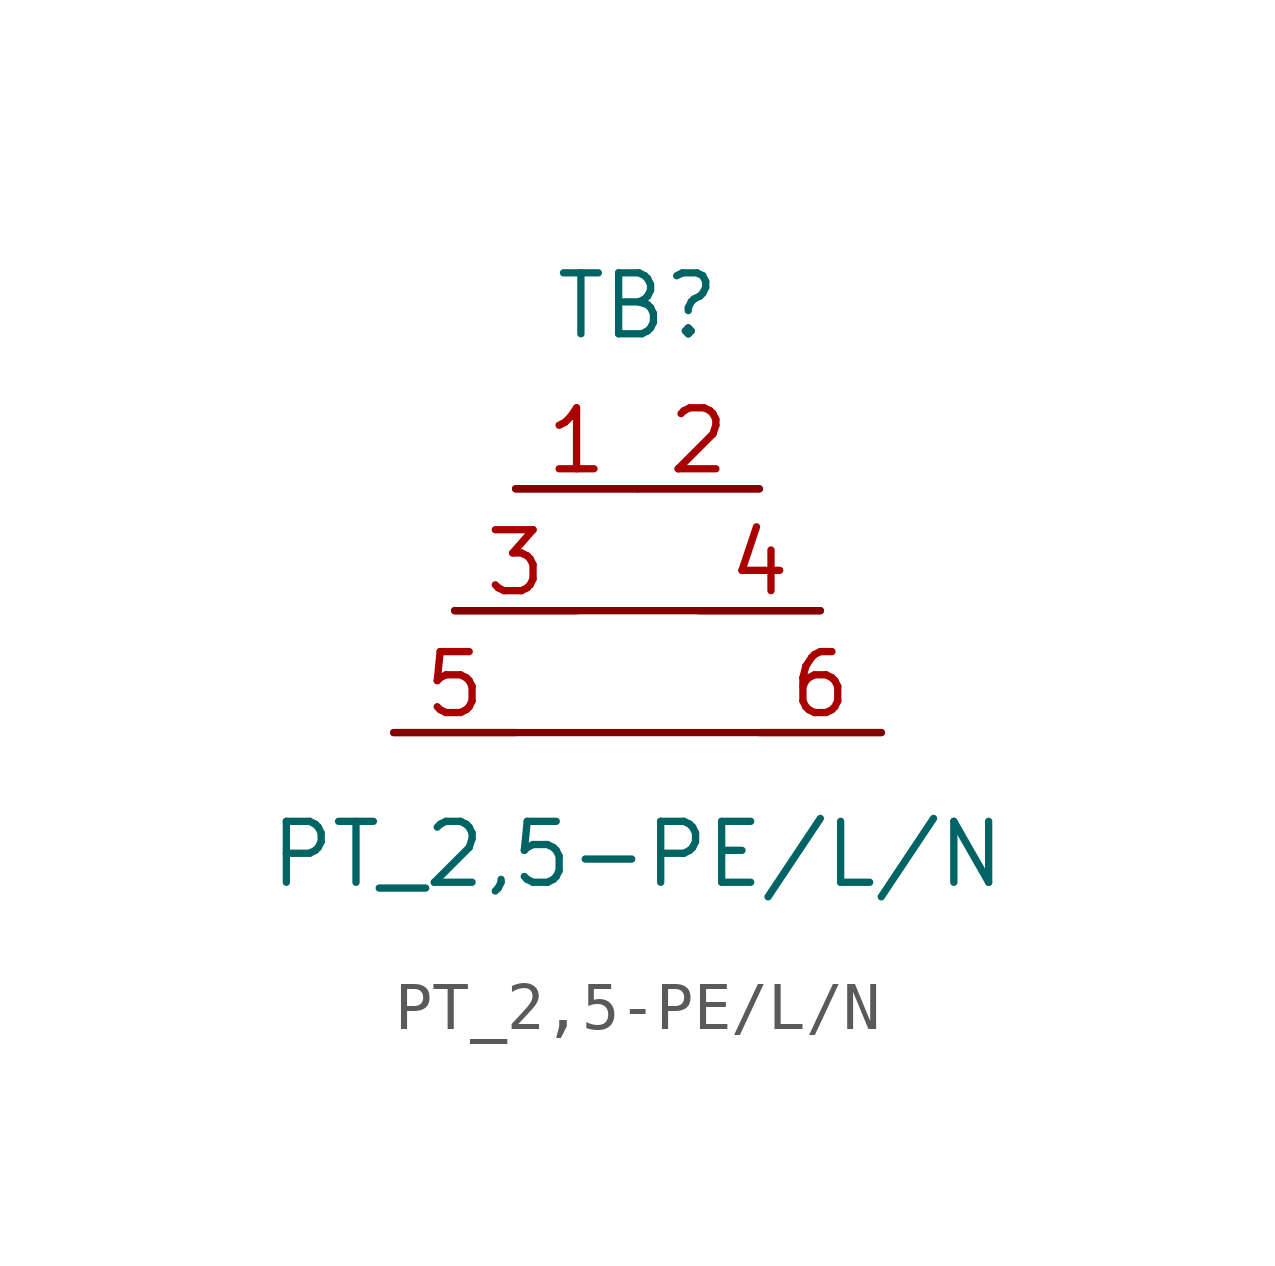
<source format=kicad_sym>
(kicad_symbol_lib
  (version 20241209)
  (generator "kicad_symbol_editor")
  (generator_version "9.0")
  (symbol "PT_2,5-PE/L/N"
    (property "Reference" "TB"
      (at 0 6.35 0)
      (effects (font (size 1.27 1.27))))
    (property "Value" "PT_2,5-PE/L/N"
      (at 0 -5.08 0)
      (effects (font (size 1.27 1.27))))
    (symbol "PT_2,5-PE/L/N_0_1"
      (polyline (pts (xy -5.08 -2.54) (xy 5.08 -2.54)) (stroke (width 0) (type default)) (fill (type none)))
      (polyline (pts (xy -3.81 0) (xy 3.81 0)) (stroke (width 0) (type default)) (fill (type none)))
      (polyline (pts (xy -2.54 2.54) (xy 2.54 2.54)) (stroke (width 0) (type default)) (fill (type none))))
    (symbol "PT_2,5-PE/L/N_1_1"
      (pin power_in line (at -5.08 -2.54 0) (length 2.54) (name "" (effects (font (size 1.27 1.27)))) (number "5" (effects (font (size 1.27 1.27)))))
      (pin power_in line (at -3.81 0 0) (length 2.54) (name "" (effects (font (size 1.27 1.27)))) (number "3" (effects (font (size 1.27 1.27)))))
      (pin power_in line (at -2.54 2.54 0) (length 2.54) (name "" (effects (font (size 1.27 1.27)))) (number "1" (effects (font (size 1.27 1.27)))))
      (pin power_out line (at 2.54 2.54 180) (length 2.54) (name "" (effects (font (size 1.27 1.27)))) (number "2" (effects (font (size 1.27 1.27)))))
      (pin power_out line (at 3.81 0 180) (length 2.54) (name "" (effects (font (size 1.27 1.27)))) (number "4" (effects (font (size 1.27 1.27)))))
      (pin power_out line (at 5.08 -2.54 180) (length 2.54) (name "" (effects (font (size 1.27 1.27)))) (number "6" (effects (font (size 1.27 1.27))))))))
</source>
